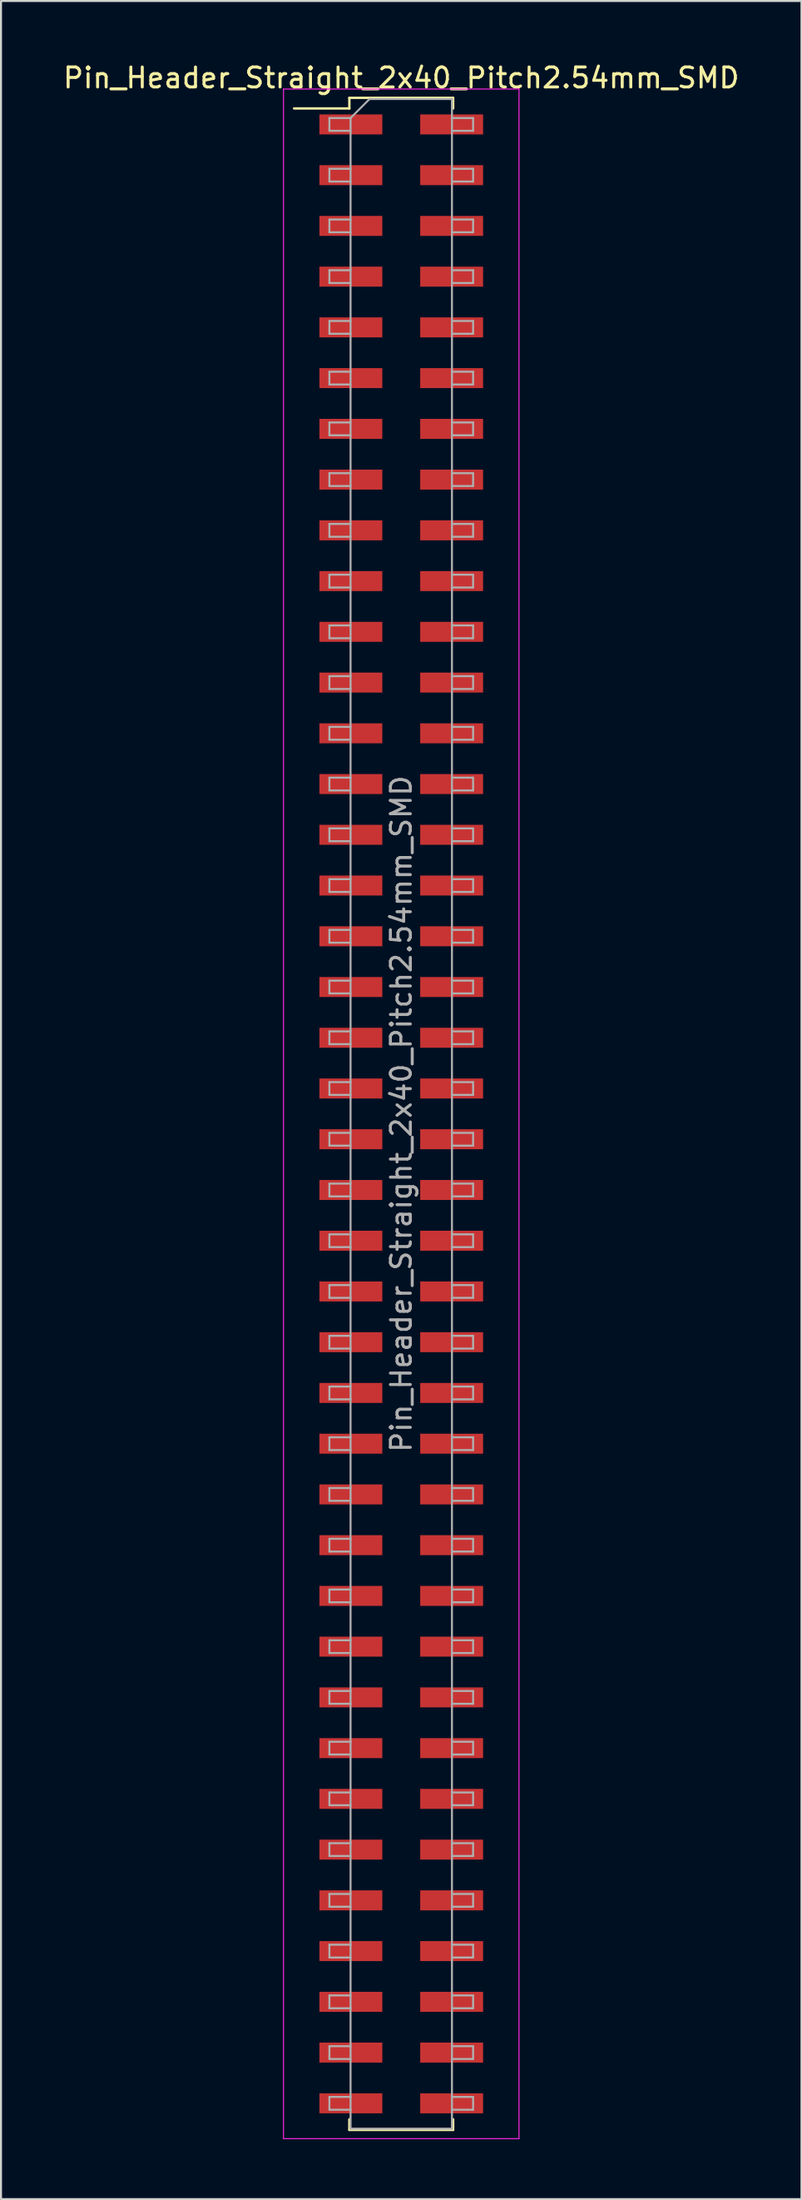
<source format=kicad_pcb>
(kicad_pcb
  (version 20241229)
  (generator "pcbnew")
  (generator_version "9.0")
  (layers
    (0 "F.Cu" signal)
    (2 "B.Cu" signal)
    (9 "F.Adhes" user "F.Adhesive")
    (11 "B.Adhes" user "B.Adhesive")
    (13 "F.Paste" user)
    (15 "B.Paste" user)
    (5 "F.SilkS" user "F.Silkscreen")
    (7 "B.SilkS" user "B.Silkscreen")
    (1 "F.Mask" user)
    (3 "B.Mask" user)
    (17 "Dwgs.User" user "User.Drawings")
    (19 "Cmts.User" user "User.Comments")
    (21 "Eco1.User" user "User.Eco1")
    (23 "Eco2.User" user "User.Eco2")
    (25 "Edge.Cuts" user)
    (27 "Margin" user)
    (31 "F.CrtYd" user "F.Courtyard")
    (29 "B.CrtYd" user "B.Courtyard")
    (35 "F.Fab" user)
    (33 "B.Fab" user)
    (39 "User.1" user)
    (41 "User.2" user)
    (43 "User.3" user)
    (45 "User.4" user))
  (footprint "Pin_Header_Straight_2x40_Pitch2.54mm_SMD"
    (layer "F.Cu")
    (at 17.054 52.708)
    (property "Reference" "Pin_Header_Straight_2x40_Pitch2.54mm_SMD" (at 0 -51.86 0) (layer "F.SilkS") (effects (font (size 1 1) (thickness 0.15))))
    (attr smd)
    (fp_line (start -5.37 -50.33) (end -2.6 -50.33) (stroke (width 0.12) (type solid)) (layer "F.SilkS"))
    (fp_line (start -2.6 -50.86) (end 2.6 -50.86) (stroke (width 0.12) (type solid)) (layer "F.SilkS"))
    (fp_line (start -2.6 -50.33) (end -2.6 -50.86) (stroke (width 0.12) (type solid)) (layer "F.SilkS"))
    (fp_line (start -2.6 50.33) (end -2.6 50.86) (stroke (width 0.12) (type solid)) (layer "F.SilkS"))
    (fp_line (start -2.6 50.86) (end 2.6 50.86) (stroke (width 0.12) (type solid)) (layer "F.SilkS"))
    (fp_line (start 2.6 -50.86) (end 2.6 -50.33) (stroke (width 0.12) (type solid)) (layer "F.SilkS"))
    (fp_line (start 2.6 50.86) (end 2.6 50.33) (stroke (width 0.12) (type solid)) (layer "F.SilkS"))
    (fp_line (start -5.9 -51.3) (end -5.9 51.3) (stroke (width 0.05) (type solid)) (layer "F.CrtYd"))
    (fp_line (start -5.9 51.3) (end 5.9 51.3) (stroke (width 0.05) (type solid)) (layer "F.CrtYd"))
    (fp_line (start 5.9 -51.3) (end -5.9 -51.3) (stroke (width 0.05) (type solid)) (layer "F.CrtYd"))
    (fp_line (start 5.9 51.3) (end 5.9 -51.3) (stroke (width 0.05) (type solid)) (layer "F.CrtYd"))
    (fp_line (start -3.6 -49.85) (end -3.6 -49.21) (stroke (width 0.1) (type solid)) (layer "F.Fab"))
    (fp_line (start -3.6 -49.21) (end -2.54 -49.21) (stroke (width 0.1) (type solid)) (layer "F.Fab"))
    (fp_line (start -3.6 -47.31) (end -3.6 -46.67) (stroke (width 0.1) (type solid)) (layer "F.Fab"))
    (fp_line (start -3.6 -46.67) (end -2.54 -46.67) (stroke (width 0.1) (type solid)) (layer "F.Fab"))
    (fp_line (start -3.6 -44.77) (end -3.6 -44.13) (stroke (width 0.1) (type solid)) (layer "F.Fab"))
    (fp_line (start -3.6 -44.13) (end -2.54 -44.13) (stroke (width 0.1) (type solid)) (layer "F.Fab"))
    (fp_line (start -3.6 -42.23) (end -3.6 -41.59) (stroke (width 0.1) (type solid)) (layer "F.Fab"))
    (fp_line (start -3.6 -41.59) (end -2.54 -41.59) (stroke (width 0.1) (type solid)) (layer "F.Fab"))
    (fp_line (start -3.6 -39.69) (end -3.6 -39.05) (stroke (width 0.1) (type solid)) (layer "F.Fab"))
    (fp_line (start -3.6 -39.05) (end -2.54 -39.05) (stroke (width 0.1) (type solid)) (layer "F.Fab"))
    (fp_line (start -3.6 -37.15) (end -3.6 -36.51) (stroke (width 0.1) (type solid)) (layer "F.Fab"))
    (fp_line (start -3.6 -36.51) (end -2.54 -36.51) (stroke (width 0.1) (type solid)) (layer "F.Fab"))
    (fp_line (start -3.6 -34.61) (end -3.6 -33.97) (stroke (width 0.1) (type solid)) (layer "F.Fab"))
    (fp_line (start -3.6 -33.97) (end -2.54 -33.97) (stroke (width 0.1) (type solid)) (layer "F.Fab"))
    (fp_line (start -3.6 -32.07) (end -3.6 -31.43) (stroke (width 0.1) (type solid)) (layer "F.Fab"))
    (fp_line (start -3.6 -31.43) (end -2.54 -31.43) (stroke (width 0.1) (type solid)) (layer "F.Fab"))
    (fp_line (start -3.6 -29.53) (end -3.6 -28.89) (stroke (width 0.1) (type solid)) (layer "F.Fab"))
    (fp_line (start -3.6 -28.89) (end -2.54 -28.89) (stroke (width 0.1) (type solid)) (layer "F.Fab"))
    (fp_line (start -3.6 -26.99) (end -3.6 -26.35) (stroke (width 0.1) (type solid)) (layer "F.Fab"))
    (fp_line (start -3.6 -26.35) (end -2.54 -26.35) (stroke (width 0.1) (type solid)) (layer "F.Fab"))
    (fp_line (start -3.6 -24.45) (end -3.6 -23.81) (stroke (width 0.1) (type solid)) (layer "F.Fab"))
    (fp_line (start -3.6 -23.81) (end -2.54 -23.81) (stroke (width 0.1) (type solid)) (layer "F.Fab"))
    (fp_line (start -3.6 -21.91) (end -3.6 -21.27) (stroke (width 0.1) (type solid)) (layer "F.Fab"))
    (fp_line (start -3.6 -21.27) (end -2.54 -21.27) (stroke (width 0.1) (type solid)) (layer "F.Fab"))
    (fp_line (start -3.6 -19.37) (end -3.6 -18.73) (stroke (width 0.1) (type solid)) (layer "F.Fab"))
    (fp_line (start -3.6 -18.73) (end -2.54 -18.73) (stroke (width 0.1) (type solid)) (layer "F.Fab"))
    (fp_line (start -3.6 -16.83) (end -3.6 -16.19) (stroke (width 0.1) (type solid)) (layer "F.Fab"))
    (fp_line (start -3.6 -16.19) (end -2.54 -16.19) (stroke (width 0.1) (type solid)) (layer "F.Fab"))
    (fp_line (start -3.6 -14.29) (end -3.6 -13.65) (stroke (width 0.1) (type solid)) (layer "F.Fab"))
    (fp_line (start -3.6 -13.65) (end -2.54 -13.65) (stroke (width 0.1) (type solid)) (layer "F.Fab"))
    (fp_line (start -3.6 -11.75) (end -3.6 -11.11) (stroke (width 0.1) (type solid)) (layer "F.Fab"))
    (fp_line (start -3.6 -11.11) (end -2.54 -11.11) (stroke (width 0.1) (type solid)) (layer "F.Fab"))
    (fp_line (start -3.6 -9.21) (end -3.6 -8.57) (stroke (width 0.1) (type solid)) (layer "F.Fab"))
    (fp_line (start -3.6 -8.57) (end -2.54 -8.57) (stroke (width 0.1) (type solid)) (layer "F.Fab"))
    (fp_line (start -3.6 -6.67) (end -3.6 -6.03) (stroke (width 0.1) (type solid)) (layer "F.Fab"))
    (fp_line (start -3.6 -6.03) (end -2.54 -6.03) (stroke (width 0.1) (type solid)) (layer "F.Fab"))
    (fp_line (start -3.6 -4.13) (end -3.6 -3.49) (stroke (width 0.1) (type solid)) (layer "F.Fab"))
    (fp_line (start -3.6 -3.49) (end -2.54 -3.49) (stroke (width 0.1) (type solid)) (layer "F.Fab"))
    (fp_line (start -3.6 -1.59) (end -3.6 -0.95) (stroke (width 0.1) (type solid)) (layer "F.Fab"))
    (fp_line (start -3.6 -0.95) (end -2.54 -0.95) (stroke (width 0.1) (type solid)) (layer "F.Fab"))
    (fp_line (start -3.6 0.95) (end -3.6 1.59) (stroke (width 0.1) (type solid)) (layer "F.Fab"))
    (fp_line (start -3.6 1.59) (end -2.54 1.59) (stroke (width 0.1) (type solid)) (layer "F.Fab"))
    (fp_line (start -3.6 3.49) (end -3.6 4.13) (stroke (width 0.1) (type solid)) (layer "F.Fab"))
    (fp_line (start -3.6 4.13) (end -2.54 4.13) (stroke (width 0.1) (type solid)) (layer "F.Fab"))
    (fp_line (start -3.6 6.03) (end -3.6 6.67) (stroke (width 0.1) (type solid)) (layer "F.Fab"))
    (fp_line (start -3.6 6.67) (end -2.54 6.67) (stroke (width 0.1) (type solid)) (layer "F.Fab"))
    (fp_line (start -3.6 8.57) (end -3.6 9.21) (stroke (width 0.1) (type solid)) (layer "F.Fab"))
    (fp_line (start -3.6 9.21) (end -2.54 9.21) (stroke (width 0.1) (type solid)) (layer "F.Fab"))
    (fp_line (start -3.6 11.11) (end -3.6 11.75) (stroke (width 0.1) (type solid)) (layer "F.Fab"))
    (fp_line (start -3.6 11.75) (end -2.54 11.75) (stroke (width 0.1) (type solid)) (layer "F.Fab"))
    (fp_line (start -3.6 13.65) (end -3.6 14.29) (stroke (width 0.1) (type solid)) (layer "F.Fab"))
    (fp_line (start -3.6 14.29) (end -2.54 14.29) (stroke (width 0.1) (type solid)) (layer "F.Fab"))
    (fp_line (start -3.6 16.19) (end -3.6 16.83) (stroke (width 0.1) (type solid)) (layer "F.Fab"))
    (fp_line (start -3.6 16.83) (end -2.54 16.83) (stroke (width 0.1) (type solid)) (layer "F.Fab"))
    (fp_line (start -3.6 18.73) (end -3.6 19.37) (stroke (width 0.1) (type solid)) (layer "F.Fab"))
    (fp_line (start -3.6 19.37) (end -2.54 19.37) (stroke (width 0.1) (type solid)) (layer "F.Fab"))
    (fp_line (start -3.6 21.27) (end -3.6 21.91) (stroke (width 0.1) (type solid)) (layer "F.Fab"))
    (fp_line (start -3.6 21.91) (end -2.54 21.91) (stroke (width 0.1) (type solid)) (layer "F.Fab"))
    (fp_line (start -3.6 23.81) (end -3.6 24.45) (stroke (width 0.1) (type solid)) (layer "F.Fab"))
    (fp_line (start -3.6 24.45) (end -2.54 24.45) (stroke (width 0.1) (type solid)) (layer "F.Fab"))
    (fp_line (start -3.6 26.35) (end -3.6 26.99) (stroke (width 0.1) (type solid)) (layer "F.Fab"))
    (fp_line (start -3.6 26.99) (end -2.54 26.99) (stroke (width 0.1) (type solid)) (layer "F.Fab"))
    (fp_line (start -3.6 28.89) (end -3.6 29.53) (stroke (width 0.1) (type solid)) (layer "F.Fab"))
    (fp_line (start -3.6 29.53) (end -2.54 29.53) (stroke (width 0.1) (type solid)) (layer "F.Fab"))
    (fp_line (start -3.6 31.43) (end -3.6 32.07) (stroke (width 0.1) (type solid)) (layer "F.Fab"))
    (fp_line (start -3.6 32.07) (end -2.54 32.07) (stroke (width 0.1) (type solid)) (layer "F.Fab"))
    (fp_line (start -3.6 33.97) (end -3.6 34.61) (stroke (width 0.1) (type solid)) (layer "F.Fab"))
    (fp_line (start -3.6 34.61) (end -2.54 34.61) (stroke (width 0.1) (type solid)) (layer "F.Fab"))
    (fp_line (start -3.6 36.51) (end -3.6 37.15) (stroke (width 0.1) (type solid)) (layer "F.Fab"))
    (fp_line (start -3.6 37.15) (end -2.54 37.15) (stroke (width 0.1) (type solid)) (layer "F.Fab"))
    (fp_line (start -3.6 39.05) (end -3.6 39.69) (stroke (width 0.1) (type solid)) (layer "F.Fab"))
    (fp_line (start -3.6 39.69) (end -2.54 39.69) (stroke (width 0.1) (type solid)) (layer "F.Fab"))
    (fp_line (start -3.6 41.59) (end -3.6 42.23) (stroke (width 0.1) (type solid)) (layer "F.Fab"))
    (fp_line (start -3.6 42.23) (end -2.54 42.23) (stroke (width 0.1) (type solid)) (layer "F.Fab"))
    (fp_line (start -3.6 44.13) (end -3.6 44.77) (stroke (width 0.1) (type solid)) (layer "F.Fab"))
    (fp_line (start -3.6 44.77) (end -2.54 44.77) (stroke (width 0.1) (type solid)) (layer "F.Fab"))
    (fp_line (start -3.6 46.67) (end -3.6 47.31) (stroke (width 0.1) (type solid)) (layer "F.Fab"))
    (fp_line (start -3.6 47.31) (end -2.54 47.31) (stroke (width 0.1) (type solid)) (layer "F.Fab"))
    (fp_line (start -3.6 49.21) (end -3.6 49.85) (stroke (width 0.1) (type solid)) (layer "F.Fab"))
    (fp_line (start -3.6 49.85) (end -2.54 49.85) (stroke (width 0.1) (type solid)) (layer "F.Fab"))
    (fp_line (start -2.54 -49.85) (end -3.6 -49.85) (stroke (width 0.1) (type solid)) (layer "F.Fab"))
    (fp_line (start -2.54 -49.85) (end -1.59 -50.8) (stroke (width 0.1) (type solid)) (layer "F.Fab"))
    (fp_line (start -2.54 -47.31) (end -3.6 -47.31) (stroke (width 0.1) (type solid)) (layer "F.Fab"))
    (fp_line (start -2.54 -44.77) (end -3.6 -44.77) (stroke (width 0.1) (type solid)) (layer "F.Fab"))
    (fp_line (start -2.54 -42.23) (end -3.6 -42.23) (stroke (width 0.1) (type solid)) (layer "F.Fab"))
    (fp_line (start -2.54 -39.69) (end -3.6 -39.69) (stroke (width 0.1) (type solid)) (layer "F.Fab"))
    (fp_line (start -2.54 -37.15) (end -3.6 -37.15) (stroke (width 0.1) (type solid)) (layer "F.Fab"))
    (fp_line (start -2.54 -34.61) (end -3.6 -34.61) (stroke (width 0.1) (type solid)) (layer "F.Fab"))
    (fp_line (start -2.54 -32.07) (end -3.6 -32.07) (stroke (width 0.1) (type solid)) (layer "F.Fab"))
    (fp_line (start -2.54 -29.53) (end -3.6 -29.53) (stroke (width 0.1) (type solid)) (layer "F.Fab"))
    (fp_line (start -2.54 -26.99) (end -3.6 -26.99) (stroke (width 0.1) (type solid)) (layer "F.Fab"))
    (fp_line (start -2.54 -24.45) (end -3.6 -24.45) (stroke (width 0.1) (type solid)) (layer "F.Fab"))
    (fp_line (start -2.54 -21.91) (end -3.6 -21.91) (stroke (width 0.1) (type solid)) (layer "F.Fab"))
    (fp_line (start -2.54 -19.37) (end -3.6 -19.37) (stroke (width 0.1) (type solid)) (layer "F.Fab"))
    (fp_line (start -2.54 -16.83) (end -3.6 -16.83) (stroke (width 0.1) (type solid)) (layer "F.Fab"))
    (fp_line (start -2.54 -14.29) (end -3.6 -14.29) (stroke (width 0.1) (type solid)) (layer "F.Fab"))
    (fp_line (start -2.54 -11.75) (end -3.6 -11.75) (stroke (width 0.1) (type solid)) (layer "F.Fab"))
    (fp_line (start -2.54 -9.21) (end -3.6 -9.21) (stroke (width 0.1) (type solid)) (layer "F.Fab"))
    (fp_line (start -2.54 -6.67) (end -3.6 -6.67) (stroke (width 0.1) (type solid)) (layer "F.Fab"))
    (fp_line (start -2.54 -4.13) (end -3.6 -4.13) (stroke (width 0.1) (type solid)) (layer "F.Fab"))
    (fp_line (start -2.54 -1.59) (end -3.6 -1.59) (stroke (width 0.1) (type solid)) (layer "F.Fab"))
    (fp_line (start -2.54 0.95) (end -3.6 0.95) (stroke (width 0.1) (type solid)) (layer "F.Fab"))
    (fp_line (start -2.54 3.49) (end -3.6 3.49) (stroke (width 0.1) (type solid)) (layer "F.Fab"))
    (fp_line (start -2.54 6.03) (end -3.6 6.03) (stroke (width 0.1) (type solid)) (layer "F.Fab"))
    (fp_line (start -2.54 8.57) (end -3.6 8.57) (stroke (width 0.1) (type solid)) (layer "F.Fab"))
    (fp_line (start -2.54 11.11) (end -3.6 11.11) (stroke (width 0.1) (type solid)) (layer "F.Fab"))
    (fp_line (start -2.54 13.65) (end -3.6 13.65) (stroke (width 0.1) (type solid)) (layer "F.Fab"))
    (fp_line (start -2.54 16.19) (end -3.6 16.19) (stroke (width 0.1) (type solid)) (layer "F.Fab"))
    (fp_line (start -2.54 18.73) (end -3.6 18.73) (stroke (width 0.1) (type solid)) (layer "F.Fab"))
    (fp_line (start -2.54 21.27) (end -3.6 21.27) (stroke (width 0.1) (type solid)) (layer "F.Fab"))
    (fp_line (start -2.54 23.81) (end -3.6 23.81) (stroke (width 0.1) (type solid)) (layer "F.Fab"))
    (fp_line (start -2.54 26.35) (end -3.6 26.35) (stroke (width 0.1) (type solid)) (layer "F.Fab"))
    (fp_line (start -2.54 28.89) (end -3.6 28.89) (stroke (width 0.1) (type solid)) (layer "F.Fab"))
    (fp_line (start -2.54 31.43) (end -3.6 31.43) (stroke (width 0.1) (type solid)) (layer "F.Fab"))
    (fp_line (start -2.54 33.97) (end -3.6 33.97) (stroke (width 0.1) (type solid)) (layer "F.Fab"))
    (fp_line (start -2.54 36.51) (end -3.6 36.51) (stroke (width 0.1) (type solid)) (layer "F.Fab"))
    (fp_line (start -2.54 39.05) (end -3.6 39.05) (stroke (width 0.1) (type solid)) (layer "F.Fab"))
    (fp_line (start -2.54 41.59) (end -3.6 41.59) (stroke (width 0.1) (type solid)) (layer "F.Fab"))
    (fp_line (start -2.54 44.13) (end -3.6 44.13) (stroke (width 0.1) (type solid)) (layer "F.Fab"))
    (fp_line (start -2.54 46.67) (end -3.6 46.67) (stroke (width 0.1) (type solid)) (layer "F.Fab"))
    (fp_line (start -2.54 49.21) (end -3.6 49.21) (stroke (width 0.1) (type solid)) (layer "F.Fab"))
    (fp_line (start -2.54 50.8) (end -2.54 -49.85) (stroke (width 0.1) (type solid)) (layer "F.Fab"))
    (fp_line (start -1.59 -50.8) (end 2.54 -50.8) (stroke (width 0.1) (type solid)) (layer "F.Fab"))
    (fp_line (start 2.54 -50.8) (end 2.54 50.8) (stroke (width 0.1) (type solid)) (layer "F.Fab"))
    (fp_line (start 2.54 -49.85) (end 3.6 -49.85) (stroke (width 0.1) (type solid)) (layer "F.Fab"))
    (fp_line (start 2.54 -47.31) (end 3.6 -47.31) (stroke (width 0.1) (type solid)) (layer "F.Fab"))
    (fp_line (start 2.54 -44.77) (end 3.6 -44.77) (stroke (width 0.1) (type solid)) (layer "F.Fab"))
    (fp_line (start 2.54 -42.23) (end 3.6 -42.23) (stroke (width 0.1) (type solid)) (layer "F.Fab"))
    (fp_line (start 2.54 -39.69) (end 3.6 -39.69) (stroke (width 0.1) (type solid)) (layer "F.Fab"))
    (fp_line (start 2.54 -37.15) (end 3.6 -37.15) (stroke (width 0.1) (type solid)) (layer "F.Fab"))
    (fp_line (start 2.54 -34.61) (end 3.6 -34.61) (stroke (width 0.1) (type solid)) (layer "F.Fab"))
    (fp_line (start 2.54 -32.07) (end 3.6 -32.07) (stroke (width 0.1) (type solid)) (layer "F.Fab"))
    (fp_line (start 2.54 -29.53) (end 3.6 -29.53) (stroke (width 0.1) (type solid)) (layer "F.Fab"))
    (fp_line (start 2.54 -26.99) (end 3.6 -26.99) (stroke (width 0.1) (type solid)) (layer "F.Fab"))
    (fp_line (start 2.54 -24.45) (end 3.6 -24.45) (stroke (width 0.1) (type solid)) (layer "F.Fab"))
    (fp_line (start 2.54 -21.91) (end 3.6 -21.91) (stroke (width 0.1) (type solid)) (layer "F.Fab"))
    (fp_line (start 2.54 -19.37) (end 3.6 -19.37) (stroke (width 0.1) (type solid)) (layer "F.Fab"))
    (fp_line (start 2.54 -16.83) (end 3.6 -16.83) (stroke (width 0.1) (type solid)) (layer "F.Fab"))
    (fp_line (start 2.54 -14.29) (end 3.6 -14.29) (stroke (width 0.1) (type solid)) (layer "F.Fab"))
    (fp_line (start 2.54 -11.75) (end 3.6 -11.75) (stroke (width 0.1) (type solid)) (layer "F.Fab"))
    (fp_line (start 2.54 -9.21) (end 3.6 -9.21) (stroke (width 0.1) (type solid)) (layer "F.Fab"))
    (fp_line (start 2.54 -6.67) (end 3.6 -6.67) (stroke (width 0.1) (type solid)) (layer "F.Fab"))
    (fp_line (start 2.54 -4.13) (end 3.6 -4.13) (stroke (width 0.1) (type solid)) (layer "F.Fab"))
    (fp_line (start 2.54 -1.59) (end 3.6 -1.59) (stroke (width 0.1) (type solid)) (layer "F.Fab"))
    (fp_line (start 2.54 0.95) (end 3.6 0.95) (stroke (width 0.1) (type solid)) (layer "F.Fab"))
    (fp_line (start 2.54 3.49) (end 3.6 3.49) (stroke (width 0.1) (type solid)) (layer "F.Fab"))
    (fp_line (start 2.54 6.03) (end 3.6 6.03) (stroke (width 0.1) (type solid)) (layer "F.Fab"))
    (fp_line (start 2.54 8.57) (end 3.6 8.57) (stroke (width 0.1) (type solid)) (layer "F.Fab"))
    (fp_line (start 2.54 11.11) (end 3.6 11.11) (stroke (width 0.1) (type solid)) (layer "F.Fab"))
    (fp_line (start 2.54 13.65) (end 3.6 13.65) (stroke (width 0.1) (type solid)) (layer "F.Fab"))
    (fp_line (start 2.54 16.19) (end 3.6 16.19) (stroke (width 0.1) (type solid)) (layer "F.Fab"))
    (fp_line (start 2.54 18.73) (end 3.6 18.73) (stroke (width 0.1) (type solid)) (layer "F.Fab"))
    (fp_line (start 2.54 21.27) (end 3.6 21.27) (stroke (width 0.1) (type solid)) (layer "F.Fab"))
    (fp_line (start 2.54 23.81) (end 3.6 23.81) (stroke (width 0.1) (type solid)) (layer "F.Fab"))
    (fp_line (start 2.54 26.35) (end 3.6 26.35) (stroke (width 0.1) (type solid)) (layer "F.Fab"))
    (fp_line (start 2.54 28.89) (end 3.6 28.89) (stroke (width 0.1) (type solid)) (layer "F.Fab"))
    (fp_line (start 2.54 31.43) (end 3.6 31.43) (stroke (width 0.1) (type solid)) (layer "F.Fab"))
    (fp_line (start 2.54 33.97) (end 3.6 33.97) (stroke (width 0.1) (type solid)) (layer "F.Fab"))
    (fp_line (start 2.54 36.51) (end 3.6 36.51) (stroke (width 0.1) (type solid)) (layer "F.Fab"))
    (fp_line (start 2.54 39.05) (end 3.6 39.05) (stroke (width 0.1) (type solid)) (layer "F.Fab"))
    (fp_line (start 2.54 41.59) (end 3.6 41.59) (stroke (width 0.1) (type solid)) (layer "F.Fab"))
    (fp_line (start 2.54 44.13) (end 3.6 44.13) (stroke (width 0.1) (type solid)) (layer "F.Fab"))
    (fp_line (start 2.54 46.67) (end 3.6 46.67) (stroke (width 0.1) (type solid)) (layer "F.Fab"))
    (fp_line (start 2.54 49.21) (end 3.6 49.21) (stroke (width 0.1) (type solid)) (layer "F.Fab"))
    (fp_line (start 2.54 50.8) (end -2.54 50.8) (stroke (width 0.1) (type solid)) (layer "F.Fab"))
    (fp_line (start 3.6 -49.85) (end 3.6 -49.21) (stroke (width 0.1) (type solid)) (layer "F.Fab"))
    (fp_line (start 3.6 -49.21) (end 2.54 -49.21) (stroke (width 0.1) (type solid)) (layer "F.Fab"))
    (fp_line (start 3.6 -47.31) (end 3.6 -46.67) (stroke (width 0.1) (type solid)) (layer "F.Fab"))
    (fp_line (start 3.6 -46.67) (end 2.54 -46.67) (stroke (width 0.1) (type solid)) (layer "F.Fab"))
    (fp_line (start 3.6 -44.77) (end 3.6 -44.13) (stroke (width 0.1) (type solid)) (layer "F.Fab"))
    (fp_line (start 3.6 -44.13) (end 2.54 -44.13) (stroke (width 0.1) (type solid)) (layer "F.Fab"))
    (fp_line (start 3.6 -42.23) (end 3.6 -41.59) (stroke (width 0.1) (type solid)) (layer "F.Fab"))
    (fp_line (start 3.6 -41.59) (end 2.54 -41.59) (stroke (width 0.1) (type solid)) (layer "F.Fab"))
    (fp_line (start 3.6 -39.69) (end 3.6 -39.05) (stroke (width 0.1) (type solid)) (layer "F.Fab"))
    (fp_line (start 3.6 -39.05) (end 2.54 -39.05) (stroke (width 0.1) (type solid)) (layer "F.Fab"))
    (fp_line (start 3.6 -37.15) (end 3.6 -36.51) (stroke (width 0.1) (type solid)) (layer "F.Fab"))
    (fp_line (start 3.6 -36.51) (end 2.54 -36.51) (stroke (width 0.1) (type solid)) (layer "F.Fab"))
    (fp_line (start 3.6 -34.61) (end 3.6 -33.97) (stroke (width 0.1) (type solid)) (layer "F.Fab"))
    (fp_line (start 3.6 -33.97) (end 2.54 -33.97) (stroke (width 0.1) (type solid)) (layer "F.Fab"))
    (fp_line (start 3.6 -32.07) (end 3.6 -31.43) (stroke (width 0.1) (type solid)) (layer "F.Fab"))
    (fp_line (start 3.6 -31.43) (end 2.54 -31.43) (stroke (width 0.1) (type solid)) (layer "F.Fab"))
    (fp_line (start 3.6 -29.53) (end 3.6 -28.89) (stroke (width 0.1) (type solid)) (layer "F.Fab"))
    (fp_line (start 3.6 -28.89) (end 2.54 -28.89) (stroke (width 0.1) (type solid)) (layer "F.Fab"))
    (fp_line (start 3.6 -26.99) (end 3.6 -26.35) (stroke (width 0.1) (type solid)) (layer "F.Fab"))
    (fp_line (start 3.6 -26.35) (end 2.54 -26.35) (stroke (width 0.1) (type solid)) (layer "F.Fab"))
    (fp_line (start 3.6 -24.45) (end 3.6 -23.81) (stroke (width 0.1) (type solid)) (layer "F.Fab"))
    (fp_line (start 3.6 -23.81) (end 2.54 -23.81) (stroke (width 0.1) (type solid)) (layer "F.Fab"))
    (fp_line (start 3.6 -21.91) (end 3.6 -21.27) (stroke (width 0.1) (type solid)) (layer "F.Fab"))
    (fp_line (start 3.6 -21.27) (end 2.54 -21.27) (stroke (width 0.1) (type solid)) (layer "F.Fab"))
    (fp_line (start 3.6 -19.37) (end 3.6 -18.73) (stroke (width 0.1) (type solid)) (layer "F.Fab"))
    (fp_line (start 3.6 -18.73) (end 2.54 -18.73) (stroke (width 0.1) (type solid)) (layer "F.Fab"))
    (fp_line (start 3.6 -16.83) (end 3.6 -16.19) (stroke (width 0.1) (type solid)) (layer "F.Fab"))
    (fp_line (start 3.6 -16.19) (end 2.54 -16.19) (stroke (width 0.1) (type solid)) (layer "F.Fab"))
    (fp_line (start 3.6 -14.29) (end 3.6 -13.65) (stroke (width 0.1) (type solid)) (layer "F.Fab"))
    (fp_line (start 3.6 -13.65) (end 2.54 -13.65) (stroke (width 0.1) (type solid)) (layer "F.Fab"))
    (fp_line (start 3.6 -11.75) (end 3.6 -11.11) (stroke (width 0.1) (type solid)) (layer "F.Fab"))
    (fp_line (start 3.6 -11.11) (end 2.54 -11.11) (stroke (width 0.1) (type solid)) (layer "F.Fab"))
    (fp_line (start 3.6 -9.21) (end 3.6 -8.57) (stroke (width 0.1) (type solid)) (layer "F.Fab"))
    (fp_line (start 3.6 -8.57) (end 2.54 -8.57) (stroke (width 0.1) (type solid)) (layer "F.Fab"))
    (fp_line (start 3.6 -6.67) (end 3.6 -6.03) (stroke (width 0.1) (type solid)) (layer "F.Fab"))
    (fp_line (start 3.6 -6.03) (end 2.54 -6.03) (stroke (width 0.1) (type solid)) (layer "F.Fab"))
    (fp_line (start 3.6 -4.13) (end 3.6 -3.49) (stroke (width 0.1) (type solid)) (layer "F.Fab"))
    (fp_line (start 3.6 -3.49) (end 2.54 -3.49) (stroke (width 0.1) (type solid)) (layer "F.Fab"))
    (fp_line (start 3.6 -1.59) (end 3.6 -0.95) (stroke (width 0.1) (type solid)) (layer "F.Fab"))
    (fp_line (start 3.6 -0.95) (end 2.54 -0.95) (stroke (width 0.1) (type solid)) (layer "F.Fab"))
    (fp_line (start 3.6 0.95) (end 3.6 1.59) (stroke (width 0.1) (type solid)) (layer "F.Fab"))
    (fp_line (start 3.6 1.59) (end 2.54 1.59) (stroke (width 0.1) (type solid)) (layer "F.Fab"))
    (fp_line (start 3.6 3.49) (end 3.6 4.13) (stroke (width 0.1) (type solid)) (layer "F.Fab"))
    (fp_line (start 3.6 4.13) (end 2.54 4.13) (stroke (width 0.1) (type solid)) (layer "F.Fab"))
    (fp_line (start 3.6 6.03) (end 3.6 6.67) (stroke (width 0.1) (type solid)) (layer "F.Fab"))
    (fp_line (start 3.6 6.67) (end 2.54 6.67) (stroke (width 0.1) (type solid)) (layer "F.Fab"))
    (fp_line (start 3.6 8.57) (end 3.6 9.21) (stroke (width 0.1) (type solid)) (layer "F.Fab"))
    (fp_line (start 3.6 9.21) (end 2.54 9.21) (stroke (width 0.1) (type solid)) (layer "F.Fab"))
    (fp_line (start 3.6 11.11) (end 3.6 11.75) (stroke (width 0.1) (type solid)) (layer "F.Fab"))
    (fp_line (start 3.6 11.75) (end 2.54 11.75) (stroke (width 0.1) (type solid)) (layer "F.Fab"))
    (fp_line (start 3.6 13.65) (end 3.6 14.29) (stroke (width 0.1) (type solid)) (layer "F.Fab"))
    (fp_line (start 3.6 14.29) (end 2.54 14.29) (stroke (width 0.1) (type solid)) (layer "F.Fab"))
    (fp_line (start 3.6 16.19) (end 3.6 16.83) (stroke (width 0.1) (type solid)) (layer "F.Fab"))
    (fp_line (start 3.6 16.83) (end 2.54 16.83) (stroke (width 0.1) (type solid)) (layer "F.Fab"))
    (fp_line (start 3.6 18.73) (end 3.6 19.37) (stroke (width 0.1) (type solid)) (layer "F.Fab"))
    (fp_line (start 3.6 19.37) (end 2.54 19.37) (stroke (width 0.1) (type solid)) (layer "F.Fab"))
    (fp_line (start 3.6 21.27) (end 3.6 21.91) (stroke (width 0.1) (type solid)) (layer "F.Fab"))
    (fp_line (start 3.6 21.91) (end 2.54 21.91) (stroke (width 0.1) (type solid)) (layer "F.Fab"))
    (fp_line (start 3.6 23.81) (end 3.6 24.45) (stroke (width 0.1) (type solid)) (layer "F.Fab"))
    (fp_line (start 3.6 24.45) (end 2.54 24.45) (stroke (width 0.1) (type solid)) (layer "F.Fab"))
    (fp_line (start 3.6 26.35) (end 3.6 26.99) (stroke (width 0.1) (type solid)) (layer "F.Fab"))
    (fp_line (start 3.6 26.99) (end 2.54 26.99) (stroke (width 0.1) (type solid)) (layer "F.Fab"))
    (fp_line (start 3.6 28.89) (end 3.6 29.53) (stroke (width 0.1) (type solid)) (layer "F.Fab"))
    (fp_line (start 3.6 29.53) (end 2.54 29.53) (stroke (width 0.1) (type solid)) (layer "F.Fab"))
    (fp_line (start 3.6 31.43) (end 3.6 32.07) (stroke (width 0.1) (type solid)) (layer "F.Fab"))
    (fp_line (start 3.6 32.07) (end 2.54 32.07) (stroke (width 0.1) (type solid)) (layer "F.Fab"))
    (fp_line (start 3.6 33.97) (end 3.6 34.61) (stroke (width 0.1) (type solid)) (layer "F.Fab"))
    (fp_line (start 3.6 34.61) (end 2.54 34.61) (stroke (width 0.1) (type solid)) (layer "F.Fab"))
    (fp_line (start 3.6 36.51) (end 3.6 37.15) (stroke (width 0.1) (type solid)) (layer "F.Fab"))
    (fp_line (start 3.6 37.15) (end 2.54 37.15) (stroke (width 0.1) (type solid)) (layer "F.Fab"))
    (fp_line (start 3.6 39.05) (end 3.6 39.69) (stroke (width 0.1) (type solid)) (layer "F.Fab"))
    (fp_line (start 3.6 39.69) (end 2.54 39.69) (stroke (width 0.1) (type solid)) (layer "F.Fab"))
    (fp_line (start 3.6 41.59) (end 3.6 42.23) (stroke (width 0.1) (type solid)) (layer "F.Fab"))
    (fp_line (start 3.6 42.23) (end 2.54 42.23) (stroke (width 0.1) (type solid)) (layer "F.Fab"))
    (fp_line (start 3.6 44.13) (end 3.6 44.77) (stroke (width 0.1) (type solid)) (layer "F.Fab"))
    (fp_line (start 3.6 44.77) (end 2.54 44.77) (stroke (width 0.1) (type solid)) (layer "F.Fab"))
    (fp_line (start 3.6 46.67) (end 3.6 47.31) (stroke (width 0.1) (type solid)) (layer "F.Fab"))
    (fp_line (start 3.6 47.31) (end 2.54 47.31) (stroke (width 0.1) (type solid)) (layer "F.Fab"))
    (fp_line (start 3.6 49.21) (end 3.6 49.85) (stroke (width 0.1) (type solid)) (layer "F.Fab"))
    (fp_line (start 3.6 49.85) (end 2.54 49.85) (stroke (width 0.1) (type solid)) (layer "F.Fab"))
    (fp_text user "${REFERENCE}" (at 0 0 90) (layer "F.Fab") (effects (font (size 1 1) (thickness 0.15))))
    (pad "1" smd rect (at -2.525 -49.53) (size 3.15 1) (layers "F.Cu" "F.Mask" "F.Paste"))
    (pad "2" smd rect (at 2.525 -49.53) (size 3.15 1) (layers "F.Cu" "F.Mask" "F.Paste"))
    (pad "3" smd rect (at -2.525 -46.99) (size 3.15 1) (layers "F.Cu" "F.Mask" "F.Paste"))
    (pad "4" smd rect (at 2.525 -46.99) (size 3.15 1) (layers "F.Cu" "F.Mask" "F.Paste"))
    (pad "5" smd rect (at -2.525 -44.45) (size 3.15 1) (layers "F.Cu" "F.Mask" "F.Paste"))
    (pad "6" smd rect (at 2.525 -44.45) (size 3.15 1) (layers "F.Cu" "F.Mask" "F.Paste"))
    (pad "7" smd rect (at -2.525 -41.91) (size 3.15 1) (layers "F.Cu" "F.Mask" "F.Paste"))
    (pad "8" smd rect (at 2.525 -41.91) (size 3.15 1) (layers "F.Cu" "F.Mask" "F.Paste"))
    (pad "9" smd rect (at -2.525 -39.37) (size 3.15 1) (layers "F.Cu" "F.Mask" "F.Paste"))
    (pad "10" smd rect (at 2.525 -39.37) (size 3.15 1) (layers "F.Cu" "F.Mask" "F.Paste"))
    (pad "11" smd rect (at -2.525 -36.83) (size 3.15 1) (layers "F.Cu" "F.Mask" "F.Paste"))
    (pad "12" smd rect (at 2.525 -36.83) (size 3.15 1) (layers "F.Cu" "F.Mask" "F.Paste"))
    (pad "13" smd rect (at -2.525 -34.29) (size 3.15 1) (layers "F.Cu" "F.Mask" "F.Paste"))
    (pad "14" smd rect (at 2.525 -34.29) (size 3.15 1) (layers "F.Cu" "F.Mask" "F.Paste"))
    (pad "15" smd rect (at -2.525 -31.75) (size 3.15 1) (layers "F.Cu" "F.Mask" "F.Paste"))
    (pad "16" smd rect (at 2.525 -31.75) (size 3.15 1) (layers "F.Cu" "F.Mask" "F.Paste"))
    (pad "17" smd rect (at -2.525 -29.21) (size 3.15 1) (layers "F.Cu" "F.Mask" "F.Paste"))
    (pad "18" smd rect (at 2.525 -29.21) (size 3.15 1) (layers "F.Cu" "F.Mask" "F.Paste"))
    (pad "19" smd rect (at -2.525 -26.67) (size 3.15 1) (layers "F.Cu" "F.Mask" "F.Paste"))
    (pad "20" smd rect (at 2.525 -26.67) (size 3.15 1) (layers "F.Cu" "F.Mask" "F.Paste"))
    (pad "21" smd rect (at -2.525 -24.13) (size 3.15 1) (layers "F.Cu" "F.Mask" "F.Paste"))
    (pad "22" smd rect (at 2.525 -24.13) (size 3.15 1) (layers "F.Cu" "F.Mask" "F.Paste"))
    (pad "23" smd rect (at -2.525 -21.59) (size 3.15 1) (layers "F.Cu" "F.Mask" "F.Paste"))
    (pad "24" smd rect (at 2.525 -21.59) (size 3.15 1) (layers "F.Cu" "F.Mask" "F.Paste"))
    (pad "25" smd rect (at -2.525 -19.05) (size 3.15 1) (layers "F.Cu" "F.Mask" "F.Paste"))
    (pad "26" smd rect (at 2.525 -19.05) (size 3.15 1) (layers "F.Cu" "F.Mask" "F.Paste"))
    (pad "27" smd rect (at -2.525 -16.51) (size 3.15 1) (layers "F.Cu" "F.Mask" "F.Paste"))
    (pad "28" smd rect (at 2.525 -16.51) (size 3.15 1) (layers "F.Cu" "F.Mask" "F.Paste"))
    (pad "29" smd rect (at -2.525 -13.97) (size 3.15 1) (layers "F.Cu" "F.Mask" "F.Paste"))
    (pad "30" smd rect (at 2.525 -13.97) (size 3.15 1) (layers "F.Cu" "F.Mask" "F.Paste"))
    (pad "31" smd rect (at -2.525 -11.43) (size 3.15 1) (layers "F.Cu" "F.Mask" "F.Paste"))
    (pad "32" smd rect (at 2.525 -11.43) (size 3.15 1) (layers "F.Cu" "F.Mask" "F.Paste"))
    (pad "33" smd rect (at -2.525 -8.89) (size 3.15 1) (layers "F.Cu" "F.Mask" "F.Paste"))
    (pad "34" smd rect (at 2.525 -8.89) (size 3.15 1) (layers "F.Cu" "F.Mask" "F.Paste"))
    (pad "35" smd rect (at -2.525 -6.35) (size 3.15 1) (layers "F.Cu" "F.Mask" "F.Paste"))
    (pad "36" smd rect (at 2.525 -6.35) (size 3.15 1) (layers "F.Cu" "F.Mask" "F.Paste"))
    (pad "37" smd rect (at -2.525 -3.81) (size 3.15 1) (layers "F.Cu" "F.Mask" "F.Paste"))
    (pad "38" smd rect (at 2.525 -3.81) (size 3.15 1) (layers "F.Cu" "F.Mask" "F.Paste"))
    (pad "39" smd rect (at -2.525 -1.27) (size 3.15 1) (layers "F.Cu" "F.Mask" "F.Paste"))
    (pad "40" smd rect (at 2.525 -1.27) (size 3.15 1) (layers "F.Cu" "F.Mask" "F.Paste"))
    (pad "41" smd rect (at -2.525 1.27) (size 3.15 1) (layers "F.Cu" "F.Mask" "F.Paste"))
    (pad "42" smd rect (at 2.525 1.27) (size 3.15 1) (layers "F.Cu" "F.Mask" "F.Paste"))
    (pad "43" smd rect (at -2.525 3.81) (size 3.15 1) (layers "F.Cu" "F.Mask" "F.Paste"))
    (pad "44" smd rect (at 2.525 3.81) (size 3.15 1) (layers "F.Cu" "F.Mask" "F.Paste"))
    (pad "45" smd rect (at -2.525 6.35) (size 3.15 1) (layers "F.Cu" "F.Mask" "F.Paste"))
    (pad "46" smd rect (at 2.525 6.35) (size 3.15 1) (layers "F.Cu" "F.Mask" "F.Paste"))
    (pad "47" smd rect (at -2.525 8.89) (size 3.15 1) (layers "F.Cu" "F.Mask" "F.Paste"))
    (pad "48" smd rect (at 2.525 8.89) (size 3.15 1) (layers "F.Cu" "F.Mask" "F.Paste"))
    (pad "49" smd rect (at -2.525 11.43) (size 3.15 1) (layers "F.Cu" "F.Mask" "F.Paste"))
    (pad "50" smd rect (at 2.525 11.43) (size 3.15 1) (layers "F.Cu" "F.Mask" "F.Paste"))
    (pad "51" smd rect (at -2.525 13.97) (size 3.15 1) (layers "F.Cu" "F.Mask" "F.Paste"))
    (pad "52" smd rect (at 2.525 13.97) (size 3.15 1) (layers "F.Cu" "F.Mask" "F.Paste"))
    (pad "53" smd rect (at -2.525 16.51) (size 3.15 1) (layers "F.Cu" "F.Mask" "F.Paste"))
    (pad "54" smd rect (at 2.525 16.51) (size 3.15 1) (layers "F.Cu" "F.Mask" "F.Paste"))
    (pad "55" smd rect (at -2.525 19.05) (size 3.15 1) (layers "F.Cu" "F.Mask" "F.Paste"))
    (pad "56" smd rect (at 2.525 19.05) (size 3.15 1) (layers "F.Cu" "F.Mask" "F.Paste"))
    (pad "57" smd rect (at -2.525 21.59) (size 3.15 1) (layers "F.Cu" "F.Mask" "F.Paste"))
    (pad "58" smd rect (at 2.525 21.59) (size 3.15 1) (layers "F.Cu" "F.Mask" "F.Paste"))
    (pad "59" smd rect (at -2.525 24.13) (size 3.15 1) (layers "F.Cu" "F.Mask" "F.Paste"))
    (pad "60" smd rect (at 2.525 24.13) (size 3.15 1) (layers "F.Cu" "F.Mask" "F.Paste"))
    (pad "61" smd rect (at -2.525 26.67) (size 3.15 1) (layers "F.Cu" "F.Mask" "F.Paste"))
    (pad "62" smd rect (at 2.525 26.67) (size 3.15 1) (layers "F.Cu" "F.Mask" "F.Paste"))
    (pad "63" smd rect (at -2.525 29.21) (size 3.15 1) (layers "F.Cu" "F.Mask" "F.Paste"))
    (pad "64" smd rect (at 2.525 29.21) (size 3.15 1) (layers "F.Cu" "F.Mask" "F.Paste"))
    (pad "65" smd rect (at -2.525 31.75) (size 3.15 1) (layers "F.Cu" "F.Mask" "F.Paste"))
    (pad "66" smd rect (at 2.525 31.75) (size 3.15 1) (layers "F.Cu" "F.Mask" "F.Paste"))
    (pad "67" smd rect (at -2.525 34.29) (size 3.15 1) (layers "F.Cu" "F.Mask" "F.Paste"))
    (pad "68" smd rect (at 2.525 34.29) (size 3.15 1) (layers "F.Cu" "F.Mask" "F.Paste"))
    (pad "69" smd rect (at -2.525 36.83) (size 3.15 1) (layers "F.Cu" "F.Mask" "F.Paste"))
    (pad "70" smd rect (at 2.525 36.83) (size 3.15 1) (layers "F.Cu" "F.Mask" "F.Paste"))
    (pad "71" smd rect (at -2.525 39.37) (size 3.15 1) (layers "F.Cu" "F.Mask" "F.Paste"))
    (pad "72" smd rect (at 2.525 39.37) (size 3.15 1) (layers "F.Cu" "F.Mask" "F.Paste"))
    (pad "73" smd rect (at -2.525 41.91) (size 3.15 1) (layers "F.Cu" "F.Mask" "F.Paste"))
    (pad "74" smd rect (at 2.525 41.91) (size 3.15 1) (layers "F.Cu" "F.Mask" "F.Paste"))
    (pad "75" smd rect (at -2.525 44.45) (size 3.15 1) (layers "F.Cu" "F.Mask" "F.Paste"))
    (pad "76" smd rect (at 2.525 44.45) (size 3.15 1) (layers "F.Cu" "F.Mask" "F.Paste"))
    (pad "77" smd rect (at -2.525 46.99) (size 3.15 1) (layers "F.Cu" "F.Mask" "F.Paste"))
    (pad "78" smd rect (at 2.525 46.99) (size 3.15 1) (layers "F.Cu" "F.Mask" "F.Paste"))
    (pad "79" smd rect (at -2.525 49.53) (size 3.15 1) (layers "F.Cu" "F.Mask" "F.Paste"))
    (pad "80" smd rect (at 2.525 49.53) (size 3.15 1) (layers "F.Cu" "F.Mask" "F.Paste")))
  (gr_rect
    (start -3 -3)
    (end 37.107 107.033)
    (stroke (width 0.1) (type default))
    (fill no)
    (layer "Edge.Cuts")))
</source>
